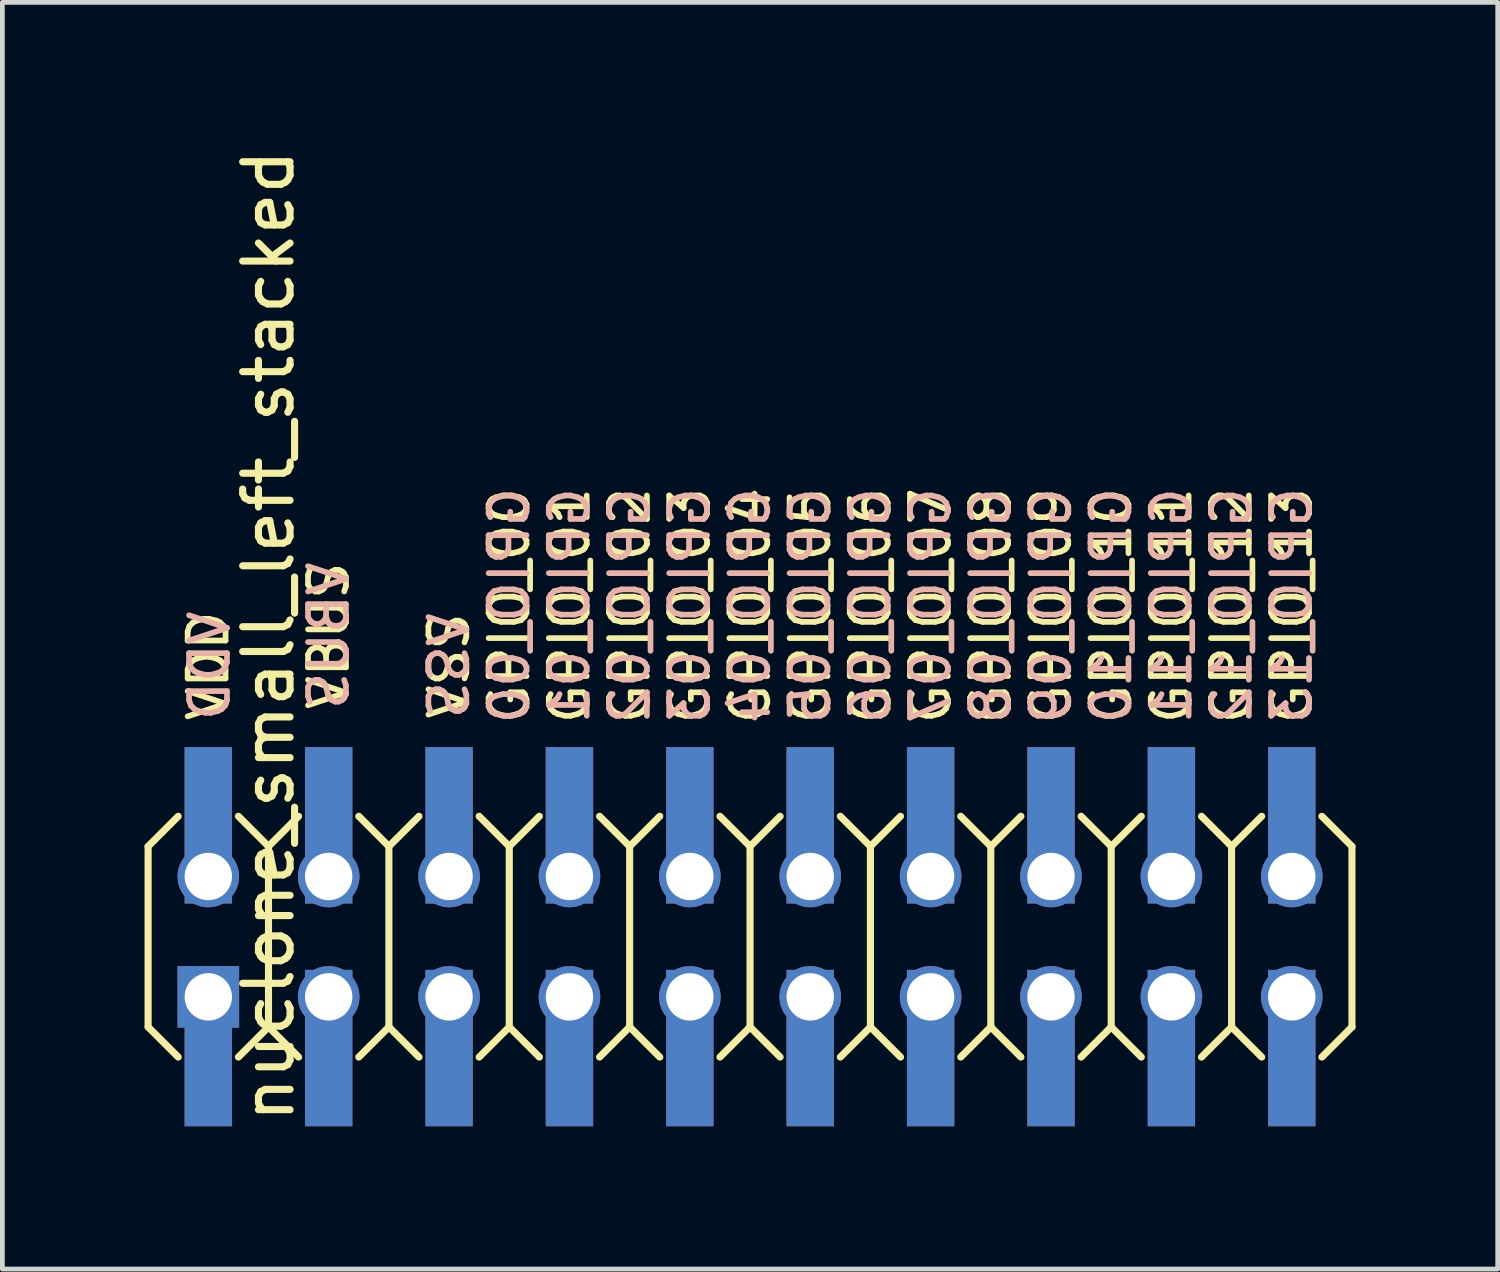
<source format=kicad_pcb>
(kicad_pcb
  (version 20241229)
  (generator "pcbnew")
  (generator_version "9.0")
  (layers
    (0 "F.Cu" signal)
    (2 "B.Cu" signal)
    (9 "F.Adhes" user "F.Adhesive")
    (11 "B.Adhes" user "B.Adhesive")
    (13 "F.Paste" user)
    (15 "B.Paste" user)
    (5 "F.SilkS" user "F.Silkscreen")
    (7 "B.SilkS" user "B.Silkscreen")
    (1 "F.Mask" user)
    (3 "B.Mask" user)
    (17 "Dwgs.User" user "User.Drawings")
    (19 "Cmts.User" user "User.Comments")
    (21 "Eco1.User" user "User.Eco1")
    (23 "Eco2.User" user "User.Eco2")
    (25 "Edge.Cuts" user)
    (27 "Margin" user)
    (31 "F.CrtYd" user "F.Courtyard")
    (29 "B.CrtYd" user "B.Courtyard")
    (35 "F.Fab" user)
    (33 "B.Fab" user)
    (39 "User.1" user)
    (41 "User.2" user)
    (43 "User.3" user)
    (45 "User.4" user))
  (footprint "nuclone_small_left_stacked"
    (layer "F.Cu")
    (at 12.775 16.713)
    (property "Reference" "nuclone_small_left_stacked" (at -10.16 -6.35 90) (layer "F.SilkS") (effects (font (size 1 1) (thickness 0.15))))
    (attr through_hole)
    (fp_line (start -12.7 -1.905) (end -12.065 -2.54) (stroke (width 0.15) (type solid)) (layer "F.SilkS"))
    (fp_line (start -12.7 1.905) (end -12.7 -1.905) (stroke (width 0.15) (type solid)) (layer "F.SilkS"))
    (fp_line (start -12.7 1.905) (end -12.065 2.54) (stroke (width 0.15) (type solid)) (layer "F.SilkS"))
    (fp_line (start -10.795 -2.54) (end -10.16 -1.905) (stroke (width 0.15) (type solid)) (layer "F.SilkS"))
    (fp_line (start -10.795 2.54) (end -10.16 1.905) (stroke (width 0.15) (type solid)) (layer "F.SilkS"))
    (fp_line (start -10.16 -1.905) (end -10.16 1.905) (stroke (width 0.15) (type solid)) (layer "F.SilkS"))
    (fp_line (start -10.16 -1.905) (end -9.525 -2.54) (stroke (width 0.15) (type solid)) (layer "F.SilkS"))
    (fp_line (start -10.16 1.905) (end -9.525 2.54) (stroke (width 0.15) (type solid)) (layer "F.SilkS"))
    (fp_line (start -8.255 -2.54) (end -7.62 -1.905) (stroke (width 0.15) (type solid)) (layer "F.SilkS"))
    (fp_line (start -8.255 2.54) (end -7.62 1.905) (stroke (width 0.15) (type solid)) (layer "F.SilkS"))
    (fp_line (start -7.62 -1.905) (end -7.62 1.905) (stroke (width 0.15) (type solid)) (layer "F.SilkS"))
    (fp_line (start -7.62 -1.905) (end -6.985 -2.54) (stroke (width 0.15) (type solid)) (layer "F.SilkS"))
    (fp_line (start -7.62 1.905) (end -6.985 2.54) (stroke (width 0.15) (type solid)) (layer "F.SilkS"))
    (fp_line (start -5.715 -2.54) (end -5.08 -1.905) (stroke (width 0.15) (type solid)) (layer "F.SilkS"))
    (fp_line (start -5.715 2.54) (end -5.08 1.905) (stroke (width 0.15) (type solid)) (layer "F.SilkS"))
    (fp_line (start -5.08 -1.905) (end -5.08 1.905) (stroke (width 0.15) (type solid)) (layer "F.SilkS"))
    (fp_line (start -5.08 -1.905) (end -4.445 -2.54) (stroke (width 0.15) (type solid)) (layer "F.SilkS"))
    (fp_line (start -5.08 1.905) (end -4.445 2.54) (stroke (width 0.15) (type solid)) (layer "F.SilkS"))
    (fp_line (start -3.175 -2.54) (end -2.54 -1.905) (stroke (width 0.15) (type solid)) (layer "F.SilkS"))
    (fp_line (start -3.175 2.54) (end -2.54 1.905) (stroke (width 0.15) (type solid)) (layer "F.SilkS"))
    (fp_line (start -2.54 -1.905) (end -2.54 1.905) (stroke (width 0.15) (type solid)) (layer "F.SilkS"))
    (fp_line (start -2.54 -1.905) (end -1.905 -2.54) (stroke (width 0.15) (type solid)) (layer "F.SilkS"))
    (fp_line (start -2.54 1.905) (end -1.905 2.54) (stroke (width 0.15) (type solid)) (layer "F.SilkS"))
    (fp_line (start -0.635 -2.54) (end 0 -1.905) (stroke (width 0.15) (type solid)) (layer "F.SilkS"))
    (fp_line (start -0.635 2.54) (end 0 1.905) (stroke (width 0.15) (type solid)) (layer "F.SilkS"))
    (fp_line (start 0 -1.905) (end 0 1.905) (stroke (width 0.15) (type solid)) (layer "F.SilkS"))
    (fp_line (start 0 -1.905) (end 0.635 -2.54) (stroke (width 0.15) (type solid)) (layer "F.SilkS"))
    (fp_line (start 0 1.905) (end 0.635 2.54) (stroke (width 0.15) (type solid)) (layer "F.SilkS"))
    (fp_line (start 1.905 -2.54) (end 2.54 -1.905) (stroke (width 0.15) (type solid)) (layer "F.SilkS"))
    (fp_line (start 1.905 2.54) (end 2.54 1.905) (stroke (width 0.15) (type solid)) (layer "F.SilkS"))
    (fp_line (start 2.54 -1.905) (end 2.54 1.905) (stroke (width 0.15) (type solid)) (layer "F.SilkS"))
    (fp_line (start 2.54 -1.905) (end 3.175 -2.54) (stroke (width 0.15) (type solid)) (layer "F.SilkS"))
    (fp_line (start 2.54 1.905) (end 3.175 2.54) (stroke (width 0.15) (type solid)) (layer "F.SilkS"))
    (fp_line (start 4.445 -2.54) (end 5.08 -1.905) (stroke (width 0.15) (type solid)) (layer "F.SilkS"))
    (fp_line (start 5.08 -1.905) (end 5.08 1.905) (stroke (width 0.15) (type solid)) (layer "F.SilkS"))
    (fp_line (start 5.08 -1.905) (end 5.715 -2.54) (stroke (width 0.15) (type solid)) (layer "F.SilkS"))
    (fp_line (start 5.08 1.905) (end 4.445 2.54) (stroke (width 0.15) (type solid)) (layer "F.SilkS"))
    (fp_line (start 5.08 1.905) (end 5.715 2.54) (stroke (width 0.15) (type solid)) (layer "F.SilkS"))
    (fp_line (start 6.985 -2.54) (end 7.62 -1.905) (stroke (width 0.15) (type solid)) (layer "F.SilkS"))
    (fp_line (start 7.62 -1.905) (end 7.62 1.905) (stroke (width 0.15) (type solid)) (layer "F.SilkS"))
    (fp_line (start 7.62 -1.905) (end 8.255 -2.54) (stroke (width 0.15) (type solid)) (layer "F.SilkS"))
    (fp_line (start 7.62 1.905) (end 6.985 2.54) (stroke (width 0.15) (type solid)) (layer "F.SilkS"))
    (fp_line (start 7.62 1.905) (end 8.255 2.54) (stroke (width 0.15) (type solid)) (layer "F.SilkS"))
    (fp_line (start 9.525 -2.54) (end 10.16 -1.905) (stroke (width 0.15) (type solid)) (layer "F.SilkS"))
    (fp_line (start 10.16 -1.905) (end 10.16 1.905) (stroke (width 0.15) (type solid)) (layer "F.SilkS"))
    (fp_line (start 10.16 -1.905) (end 10.795 -2.54) (stroke (width 0.15) (type solid)) (layer "F.SilkS"))
    (fp_line (start 10.16 1.905) (end 9.525 2.54) (stroke (width 0.15) (type solid)) (layer "F.SilkS"))
    (fp_line (start 10.16 1.905) (end 10.795 2.54) (stroke (width 0.15) (type solid)) (layer "F.SilkS"))
    (fp_line (start 12.065 -2.54) (end 12.7 -1.905) (stroke (width 0.15) (type solid)) (layer "F.SilkS"))
    (fp_line (start 12.7 -1.905) (end 12.7 1.905) (stroke (width 0.15) (type solid)) (layer "F.SilkS"))
    (fp_line (start 12.7 1.905) (end 12.065 2.54) (stroke (width 0.15) (type solid)) (layer "F.SilkS"))
    (fp_text user "GPIO_04" (at 0 -6.985 90) (layer "F.SilkS") (effects (font (size 0.8 0.8) (thickness 0.12))))
    (fp_text user "VBUS" (at -8.89 -6.35 90) (layer "F.SilkS") (effects (font (size 0.8 0.8) (thickness 0.12))))
    (fp_text user "GPIO_10" (at 7.62 -6.985 90) (layer "F.SilkS") (effects (font (size 0.8 0.8) (thickness 0.12))))
    (fp_text user "GPIO_11" (at 8.89 -6.985 90) (layer "F.SilkS") (effects (font (size 0.8 0.8) (thickness 0.12))))
    (fp_text user "GPIO_08" (at 5.08 -6.985 90) (layer "F.SilkS") (effects (font (size 0.8 0.8) (thickness 0.12))))
    (fp_text user "VSS" (at -6.35 -5.715 90) (layer "F.SilkS") (effects (font (size 0.8 0.8) (thickness 0.12))))
    (fp_text user "GPIO_09" (at 6.35 -6.985 90) (layer "F.SilkS") (effects (font (size 0.8 0.8) (thickness 0.12))))
    (fp_text user "GPIO_06" (at 2.54 -6.985 90) (layer "F.SilkS") (effects (font (size 0.8 0.8) (thickness 0.12))))
    (fp_text user "VDD" (at -11.43 -5.715 90) (layer "F.SilkS") (effects (font (size 0.8 0.8) (thickness 0.12))))
    (fp_text user "GPIO_12" (at 10.16 -6.985 90) (layer "F.SilkS") (effects (font (size 0.8 0.8) (thickness 0.12))))
    (fp_text user "GPIO_00" (at -5.08 -6.985 90) (layer "F.SilkS") (effects (font (size 0.8 0.8) (thickness 0.12))))
    (fp_text user "GPIO_05" (at 1.27 -6.985 90) (layer "F.SilkS") (effects (font (size 0.8 0.8) (thickness 0.12))))
    (fp_text user "GPIO_07" (at 3.81 -6.985 90) (layer "F.SilkS") (effects (font (size 0.8 0.8) (thickness 0.12))))
    (fp_text user "GPIO_01" (at -3.81 -6.985 90) (layer "F.SilkS") (effects (font (size 0.8 0.8) (thickness 0.12))))
    (fp_text user "GPIO_13" (at 11.43 -6.985 90) (layer "F.SilkS") (effects (font (size 0.8 0.8) (thickness 0.12))))
    (fp_text user "GPIO_02" (at -2.54 -6.985 90) (layer "F.SilkS") (effects (font (size 0.8 0.8) (thickness 0.12))))
    (fp_text user "GPIO_03" (at -1.27 -6.985 90) (layer "F.SilkS") (effects (font (size 0.8 0.8) (thickness 0.12))))
    (fp_text user "GPIO_11" (at 8.89 -6.985 90) (layer "B.SilkS") (effects (font (size 0.8 0.8) (thickness 0.12)) (justify mirror)))
    (fp_text user "GPIO_04" (at 0 -6.985 90) (layer "B.SilkS") (effects (font (size 0.8 0.8) (thickness 0.12)) (justify mirror)))
    (fp_text user "GPIO_10" (at 7.62 -6.985 90) (layer "B.SilkS") (effects (font (size 0.8 0.8) (thickness 0.12)) (justify mirror)))
    (fp_text user "GPIO_08" (at 5.08 -6.985 90) (layer "B.SilkS") (effects (font (size 0.8 0.8) (thickness 0.12)) (justify mirror)))
    (fp_text user "GPIO_01" (at -3.81 -6.985 90) (layer "B.SilkS") (effects (font (size 0.8 0.8) (thickness 0.12)) (justify mirror)))
    (fp_text user "GPIO_02" (at -2.54 -6.985 90) (layer "B.SilkS") (effects (font (size 0.8 0.8) (thickness 0.12)) (justify mirror)))
    (fp_text user "VBUS" (at -8.89 -6.35 90) (layer "B.SilkS") (effects (font (size 0.8 0.8) (thickness 0.12)) (justify mirror)))
    (fp_text user "GPIO_03" (at -1.27 -6.985 90) (layer "B.SilkS") (effects (font (size 0.8 0.8) (thickness 0.12)) (justify mirror)))
    (fp_text user "GPIO_12" (at 10.16 -6.985 90) (layer "B.SilkS") (effects (font (size 0.8 0.8) (thickness 0.12)) (justify mirror)))
    (fp_text user "GPIO_00" (at -5.08 -6.985 90) (layer "B.SilkS") (effects (font (size 0.8 0.8) (thickness 0.12)) (justify mirror)))
    (fp_text user "GPIO_07" (at 3.81 -6.985 90) (layer "B.SilkS") (effects (font (size 0.8 0.8) (thickness 0.12)) (justify mirror)))
    (fp_text user "GPIO_05" (at 1.27 -6.985 90) (layer "B.SilkS") (effects (font (size 0.8 0.8) (thickness 0.12)) (justify mirror)))
    (fp_text user "GPIO_13" (at 11.43 -6.985 90) (layer "B.SilkS") (effects (font (size 0.8 0.8) (thickness 0.12)) (justify mirror)))
    (fp_text user "GPIO_09" (at 6.35 -6.985 90) (layer "B.SilkS") (effects (font (size 0.8 0.8) (thickness 0.12)) (justify mirror)))
    (fp_text user "VSS" (at -6.35 -5.715 90) (layer "B.SilkS") (effects (font (size 0.8 0.8) (thickness 0.12)) (justify mirror)))
    (fp_text user "GPIO_06" (at 2.54 -6.985 90) (layer "B.SilkS") (effects (font (size 0.8 0.8) (thickness 0.12)) (justify mirror)))
    (fp_text user "VDD" (at -11.4 -5.715 90) (layer "B.SilkS") (effects (font (size 0.8 0.8) (thickness 0.12)) (justify mirror)))
    (pad "1" thru_hole rect (at -11.43 1.27) (size 1.3 1.3) (drill 1) (layers "*.Cu" "*.Mask"))
    (pad "1" smd rect (at -11.43 2.35) (size 1 3.3) (layers "F.Cu" "F.Mask"))
    (pad "1" smd rect (at -11.43 2.35) (size 1 3.3) (layers "B.Cu" "B.Mask"))
    (pad "2" smd rect (at -11.43 -2.35) (size 1 3.3) (layers "F.Cu" "F.Mask"))
    (pad "2" smd rect (at -11.43 -2.35) (size 1 3.3) (layers "B.Cu" "B.Mask"))
    (pad "2" thru_hole circle (at -11.43 -1.27) (size 1.3 1.3) (drill 1) (layers "*.Cu" "*.Mask"))
    (pad "3" thru_hole circle (at -8.89 1.27) (size 1.3 1.3) (drill 1) (layers "*.Cu" "*.Mask"))
    (pad "3" smd rect (at -8.89 2.35) (size 1 3.3) (layers "F.Cu" "F.Mask"))
    (pad "3" smd rect (at -8.89 2.35) (size 1 3.3) (layers "B.Cu" "B.Mask"))
    (pad "4" smd rect (at -8.89 -2.35) (size 1 3.3) (layers "F.Cu" "F.Mask"))
    (pad "4" smd rect (at -8.89 -2.35) (size 1 3.3) (layers "B.Cu" "B.Mask"))
    (pad "4" thru_hole circle (at -8.89 -1.27) (size 1.3 1.3) (drill 1) (layers "*.Cu" "*.Mask"))
    (pad "5" thru_hole circle (at -6.35 1.27) (size 1.3 1.3) (drill 1) (layers "*.Cu" "*.Mask"))
    (pad "5" smd rect (at -6.35 2.35) (size 1 3.3) (layers "F.Cu" "F.Mask"))
    (pad "5" smd rect (at -6.35 2.35) (size 1 3.3) (layers "B.Cu" "B.Mask"))
    (pad "6" smd rect (at -6.35 -2.35) (size 1 3.3) (layers "F.Cu" "F.Mask"))
    (pad "6" smd rect (at -6.35 -2.35) (size 1 3.3) (layers "B.Cu" "B.Mask"))
    (pad "6" thru_hole circle (at -6.35 -1.27) (size 1.3 1.3) (drill 1) (layers "*.Cu" "*.Mask"))
    (pad "7" thru_hole circle (at -3.81 1.27) (size 1.3 1.3) (drill 1) (layers "*.Cu" "*.Mask"))
    (pad "7" smd rect (at -3.81 2.35) (size 1 3.3) (layers "F.Cu" "F.Mask"))
    (pad "7" smd rect (at -3.81 2.35) (size 1 3.3) (layers "B.Cu" "B.Mask"))
    (pad "8" smd rect (at -3.81 -2.35) (size 1 3.3) (layers "F.Cu" "F.Mask"))
    (pad "8" smd rect (at -3.81 -2.35) (size 1 3.3) (layers "B.Cu" "B.Mask"))
    (pad "8" thru_hole circle (at -3.81 -1.27) (size 1.3 1.3) (drill 1) (layers "*.Cu" "*.Mask"))
    (pad "9" thru_hole circle (at -1.27 1.27) (size 1.3 1.3) (drill 1) (layers "*.Cu" "*.Mask"))
    (pad "9" smd rect (at -1.27 2.35) (size 1 3.3) (layers "F.Cu" "F.Mask"))
    (pad "9" smd rect (at -1.27 2.35) (size 1 3.3) (layers "B.Cu" "B.Mask"))
    (pad "10" smd rect (at -1.27 -2.35) (size 1 3.3) (layers "F.Cu" "F.Mask"))
    (pad "10" smd rect (at -1.27 -2.35) (size 1 3.3) (layers "B.Cu" "B.Mask"))
    (pad "10" thru_hole circle (at -1.27 -1.27) (size 1.3 1.3) (drill 1) (layers "*.Cu" "*.Mask"))
    (pad "11" thru_hole circle (at 1.27 1.27) (size 1.3 1.3) (drill 1) (layers "*.Cu" "*.Mask"))
    (pad "11" smd rect (at 1.27 2.35) (size 1 3.3) (layers "F.Cu" "F.Mask"))
    (pad "11" smd rect (at 1.27 2.35) (size 1 3.3) (layers "B.Cu" "B.Mask"))
    (pad "12" smd rect (at 1.27 -2.35) (size 1 3.3) (layers "F.Cu" "F.Mask"))
    (pad "12" smd rect (at 1.27 -2.35) (size 1 3.3) (layers "B.Cu" "B.Mask"))
    (pad "12" thru_hole circle (at 1.27 -1.27) (size 1.3 1.3) (drill 1) (layers "*.Cu" "*.Mask"))
    (pad "13" thru_hole circle (at 3.81 1.27) (size 1.3 1.3) (drill 1) (layers "*.Cu" "*.Mask"))
    (pad "13" smd rect (at 3.81 2.35) (size 1 3.3) (layers "F.Cu" "F.Mask"))
    (pad "13" smd rect (at 3.81 2.35) (size 1 3.3) (layers "B.Cu" "B.Mask"))
    (pad "14" smd rect (at 3.81 -2.35) (size 1 3.3) (layers "F.Cu" "F.Mask"))
    (pad "14" smd rect (at 3.81 -2.35) (size 1 3.3) (layers "B.Cu" "B.Mask"))
    (pad "14" thru_hole circle (at 3.81 -1.27) (size 1.3 1.3) (drill 1) (layers "*.Cu" "*.Mask"))
    (pad "15" thru_hole circle (at 6.35 1.27) (size 1.3 1.3) (drill 1) (layers "*.Cu" "*.Mask"))
    (pad "15" smd rect (at 6.35 2.35) (size 1 3.3) (layers "F.Cu" "F.Mask"))
    (pad "15" smd rect (at 6.35 2.35) (size 1 3.3) (layers "B.Cu" "B.Mask"))
    (pad "16" smd rect (at 6.35 -2.35) (size 1 3.3) (layers "F.Cu" "F.Mask"))
    (pad "16" smd rect (at 6.35 -2.35) (size 1 3.3) (layers "B.Cu" "B.Mask"))
    (pad "16" thru_hole circle (at 6.35 -1.27) (size 1.3 1.3) (drill 1) (layers "*.Cu" "*.Mask"))
    (pad "17" thru_hole circle (at 8.89 1.27) (size 1.3 1.3) (drill 1) (layers "*.Cu" "*.Mask"))
    (pad "17" smd rect (at 8.89 2.35) (size 1 3.3) (layers "F.Cu" "F.Mask"))
    (pad "17" smd rect (at 8.89 2.35) (size 1 3.3) (layers "B.Cu" "B.Mask"))
    (pad "18" smd rect (at 8.89 -2.35) (size 1 3.3) (layers "F.Cu" "F.Mask"))
    (pad "18" smd rect (at 8.89 -2.35) (size 1 3.3) (layers "B.Cu" "B.Mask"))
    (pad "18" thru_hole circle (at 8.89 -1.27) (size 1.3 1.3) (drill 1) (layers "*.Cu" "*.Mask"))
    (pad "19" thru_hole circle (at 11.43 1.27) (size 1.3 1.3) (drill 1) (layers "*.Cu" "*.Mask"))
    (pad "19" smd rect (at 11.43 2.35) (size 1 3.3) (layers "F.Cu" "F.Mask"))
    (pad "19" smd rect (at 11.43 2.35) (size 1 3.3) (layers "B.Cu" "B.Mask"))
    (pad "20" smd rect (at 11.43 -2.35) (size 1 3.3) (layers "F.Cu" "F.Mask"))
    (pad "20" smd rect (at 11.43 -2.35) (size 1 3.3) (layers "B.Cu" "B.Mask"))
    (pad "20" thru_hole circle (at 11.43 -1.27) (size 1.3 1.3) (drill 1) (layers "*.Cu" "*.Mask")))
  (gr_rect
    (start -3 -3)
    (end 28.55 23.726)
    (stroke (width 0.1) (type default))
    (fill no)
    (layer "Edge.Cuts")))
</source>
